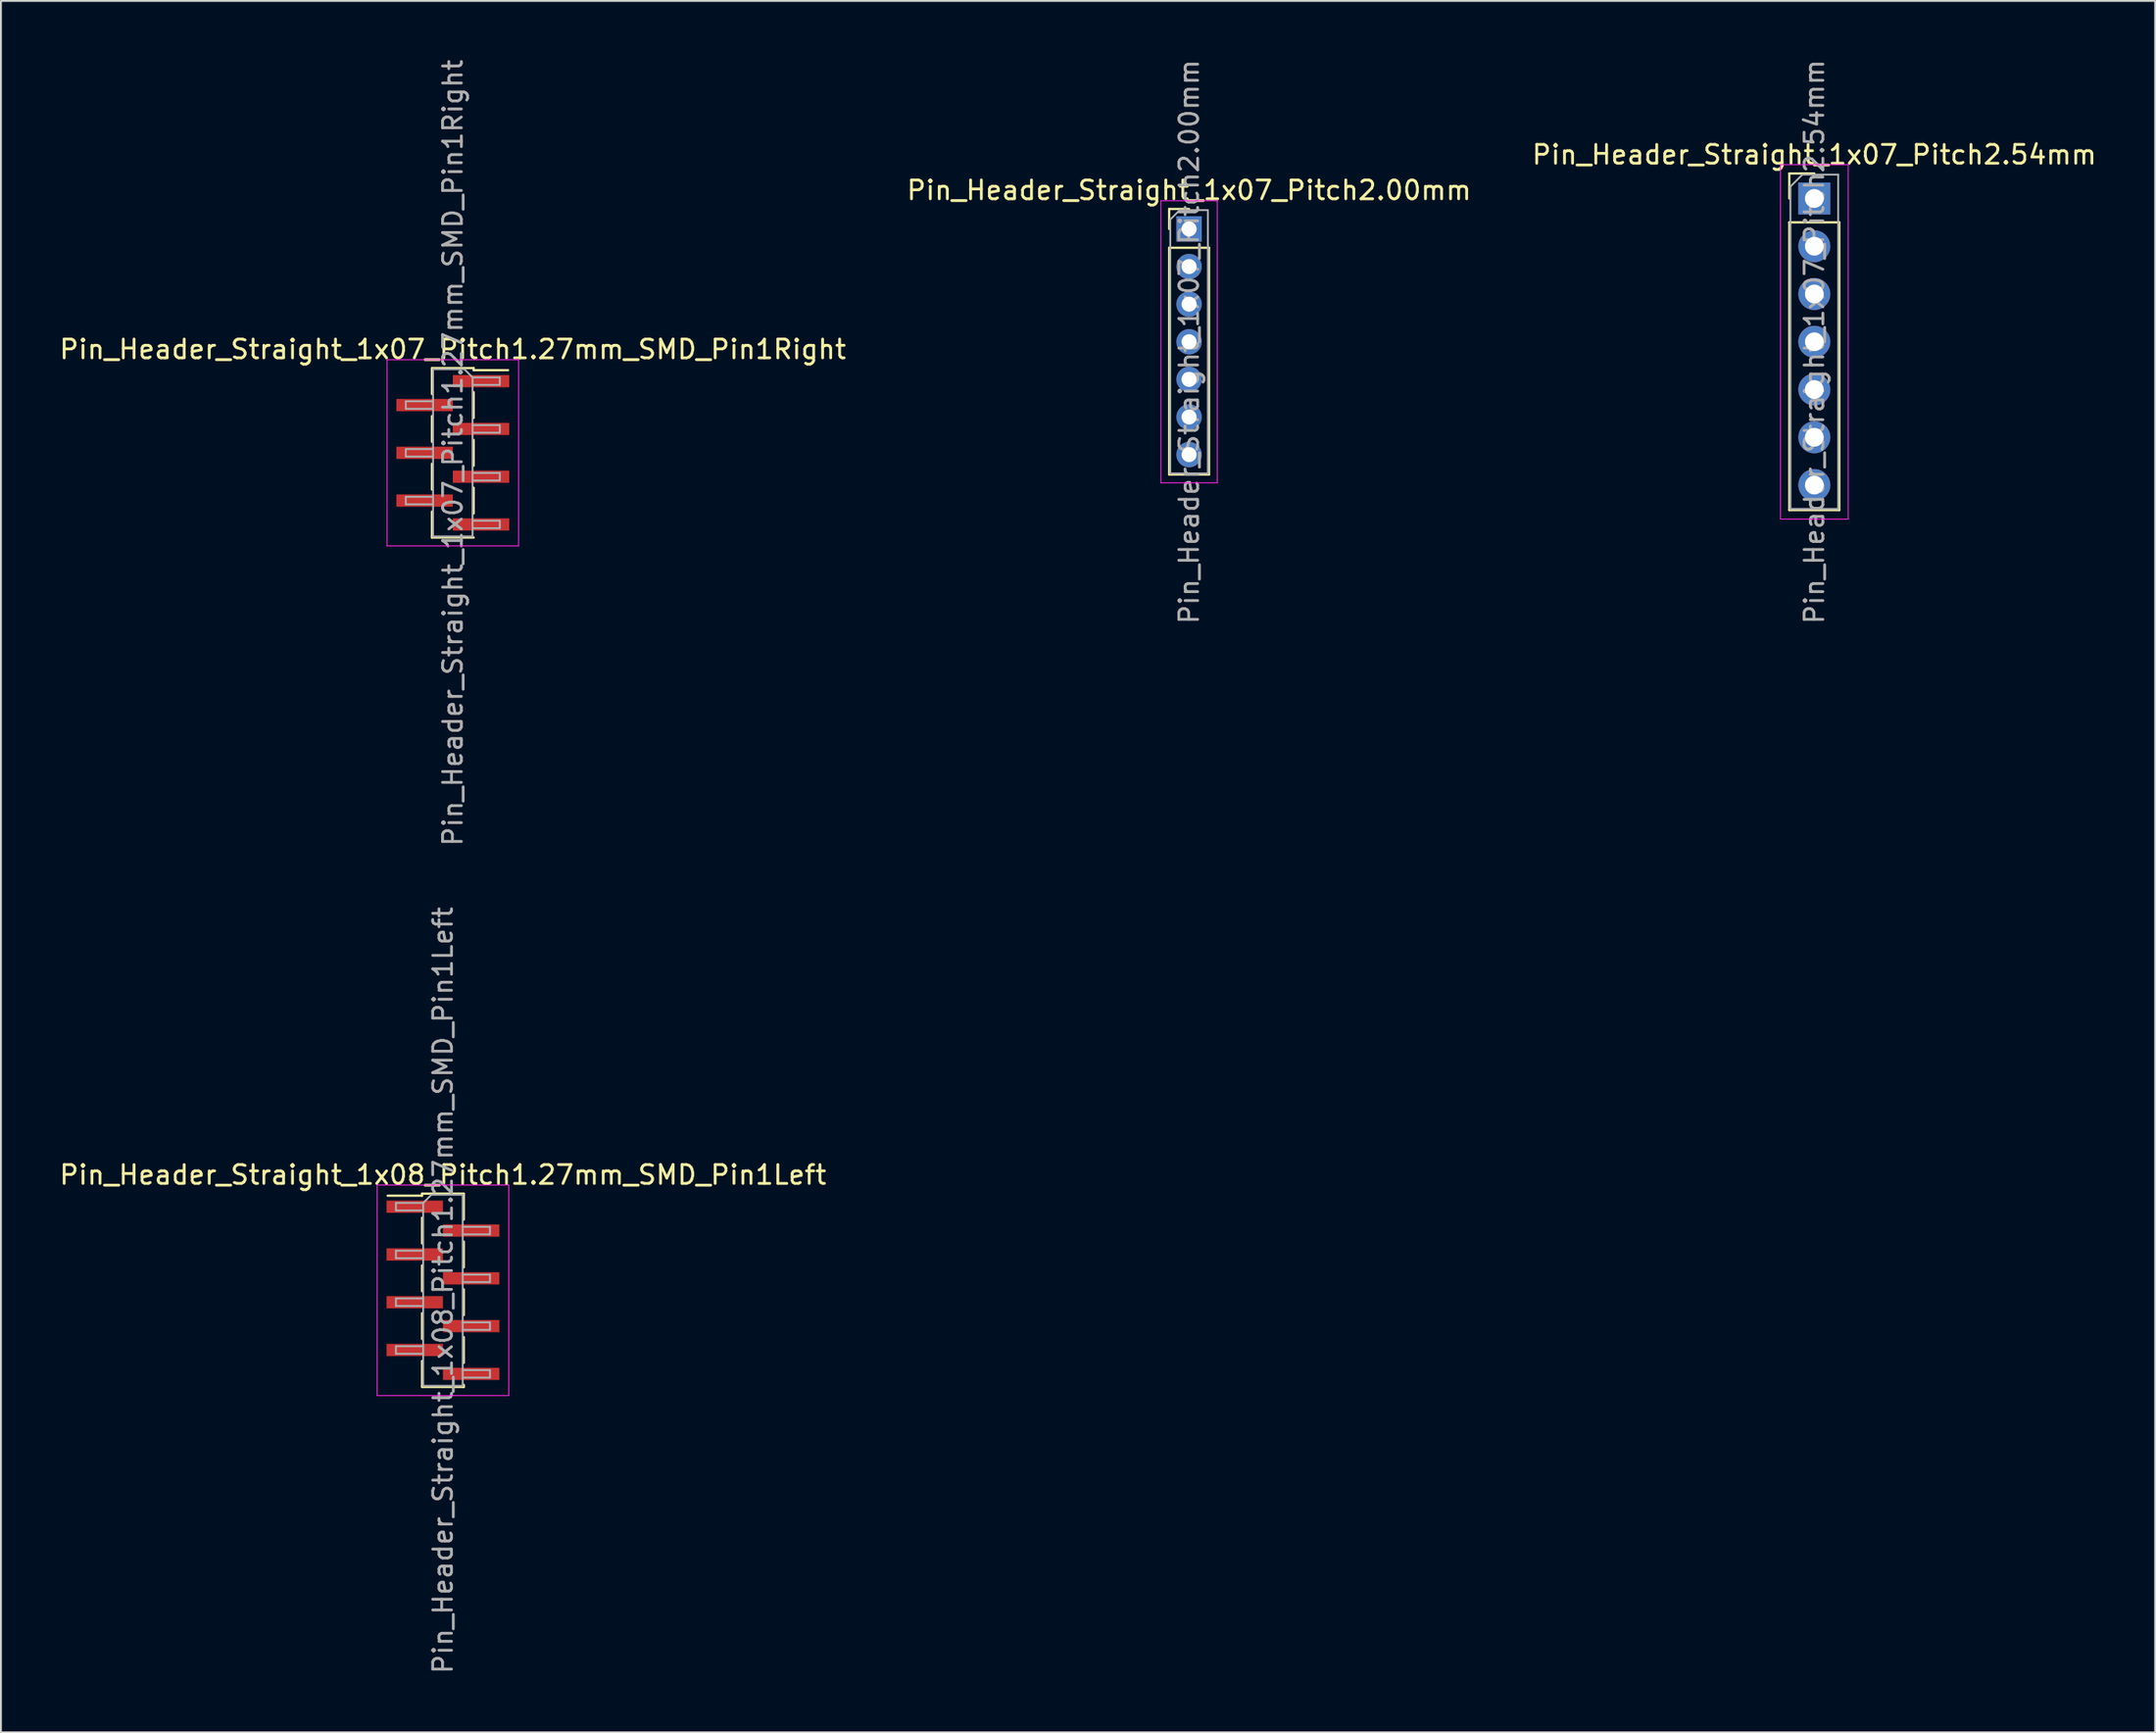
<source format=kicad_pcb>
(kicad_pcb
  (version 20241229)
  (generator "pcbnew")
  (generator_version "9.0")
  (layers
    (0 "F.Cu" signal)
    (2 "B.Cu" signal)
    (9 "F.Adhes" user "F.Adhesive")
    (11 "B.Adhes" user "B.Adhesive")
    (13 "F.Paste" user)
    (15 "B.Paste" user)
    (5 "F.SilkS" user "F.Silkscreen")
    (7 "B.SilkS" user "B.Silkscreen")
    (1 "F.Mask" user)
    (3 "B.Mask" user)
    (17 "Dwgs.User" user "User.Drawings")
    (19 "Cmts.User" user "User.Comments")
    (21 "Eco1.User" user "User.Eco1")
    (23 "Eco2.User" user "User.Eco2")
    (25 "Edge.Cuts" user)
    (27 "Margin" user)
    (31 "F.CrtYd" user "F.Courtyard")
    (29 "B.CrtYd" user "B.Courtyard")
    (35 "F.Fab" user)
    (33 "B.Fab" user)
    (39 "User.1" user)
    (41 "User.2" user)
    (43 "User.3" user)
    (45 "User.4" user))
  (footprint "Pin_Header_Straight_1x07_Pitch2.54mm"
    (layer "F.Cu")
    (at 93.435 7.505)
    (property "Reference" "Pin_Header_Straight_1x07_Pitch2.54mm" (at 0 -2.33 0) (layer "F.SilkS") (effects (font (size 1 1) (thickness 0.15))))
    (attr through_hole)
    (fp_line (start -1.33 -1.33) (end 0 -1.33) (stroke (width 0.12) (type solid)) (layer "F.SilkS"))
    (fp_line (start -1.33 0) (end -1.33 -1.33) (stroke (width 0.12) (type solid)) (layer "F.SilkS"))
    (fp_line (start -1.33 1.27) (end -1.33 16.57) (stroke (width 0.12) (type solid)) (layer "F.SilkS"))
    (fp_line (start -1.33 1.27) (end 1.33 1.27) (stroke (width 0.12) (type solid)) (layer "F.SilkS"))
    (fp_line (start -1.33 16.57) (end 1.33 16.57) (stroke (width 0.12) (type solid)) (layer "F.SilkS"))
    (fp_line (start 1.33 1.27) (end 1.33 16.57) (stroke (width 0.12) (type solid)) (layer "F.SilkS"))
    (fp_line (start -1.8 -1.8) (end -1.8 17.05) (stroke (width 0.05) (type solid)) (layer "F.CrtYd"))
    (fp_line (start -1.8 17.05) (end 1.8 17.05) (stroke (width 0.05) (type solid)) (layer "F.CrtYd"))
    (fp_line (start 1.8 -1.8) (end -1.8 -1.8) (stroke (width 0.05) (type solid)) (layer "F.CrtYd"))
    (fp_line (start 1.8 17.05) (end 1.8 -1.8) (stroke (width 0.05) (type solid)) (layer "F.CrtYd"))
    (fp_line (start -1.27 -0.635) (end -0.635 -1.27) (stroke (width 0.1) (type solid)) (layer "F.Fab"))
    (fp_line (start -1.27 16.51) (end -1.27 -0.635) (stroke (width 0.1) (type solid)) (layer "F.Fab"))
    (fp_line (start -0.635 -1.27) (end 1.27 -1.27) (stroke (width 0.1) (type solid)) (layer "F.Fab"))
    (fp_line (start 1.27 -1.27) (end 1.27 16.51) (stroke (width 0.1) (type solid)) (layer "F.Fab"))
    (fp_line (start 1.27 16.51) (end -1.27 16.51) (stroke (width 0.1) (type solid)) (layer "F.Fab"))
    (fp_text user "${REFERENCE}" (at 0 7.62 90) (layer "F.Fab") (effects (font (size 1 1) (thickness 0.15))))
    (pad "1" thru_hole rect (at 0 0) (size 1.7 1.7) (drill 1) (layers "*.Cu" "*.Mask"))
    (pad "2" thru_hole oval (at 0 2.54) (size 1.7 1.7) (drill 1) (layers "*.Cu" "*.Mask"))
    (pad "3" thru_hole oval (at 0 5.08) (size 1.7 1.7) (drill 1) (layers "*.Cu" "*.Mask"))
    (pad "4" thru_hole oval (at 0 7.62) (size 1.7 1.7) (drill 1) (layers "*.Cu" "*.Mask"))
    (pad "5" thru_hole oval (at 0 10.16) (size 1.7 1.7) (drill 1) (layers "*.Cu" "*.Mask"))
    (pad "6" thru_hole oval (at 0 12.7) (size 1.7 1.7) (drill 1) (layers "*.Cu" "*.Mask"))
    (pad "7" thru_hole oval (at 0 15.24) (size 1.7 1.7) (drill 1) (layers "*.Cu" "*.Mask")))
  (footprint "Pin_Header_Straight_1x07_Pitch1.27mm_SMD_Pin1Right"
    (layer "F.Cu")
    (at 21.03 21.03)
    (property "Reference" "Pin_Header_Straight_1x07_Pitch1.27mm_SMD_Pin1Right" (at 0 -5.505 0) (layer "F.SilkS") (effects (font (size 1 1) (thickness 0.15))))
    (attr smd)
    (fp_line (start -1.11 -4.505) (end 1.11 -4.505) (stroke (width 0.12) (type solid)) (layer "F.SilkS"))
    (fp_line (start -1.11 -4.495) (end -1.11 -3.125) (stroke (width 0.12) (type solid)) (layer "F.SilkS"))
    (fp_line (start -1.11 -1.955) (end -1.11 -0.585) (stroke (width 0.12) (type solid)) (layer "F.SilkS"))
    (fp_line (start -1.11 0.585) (end -1.11 1.955) (stroke (width 0.12) (type solid)) (layer "F.SilkS"))
    (fp_line (start -1.11 3.125) (end -1.11 4.495) (stroke (width 0.12) (type solid)) (layer "F.SilkS"))
    (fp_line (start -1.11 4.395) (end -1.11 4.505) (stroke (width 0.12) (type solid)) (layer "F.SilkS"))
    (fp_line (start -1.11 4.505) (end 1.11 4.505) (stroke (width 0.12) (type solid)) (layer "F.SilkS"))
    (fp_line (start 1.11 -4.505) (end 1.11 -4.395) (stroke (width 0.12) (type solid)) (layer "F.SilkS"))
    (fp_line (start 1.11 -4.395) (end 2.94 -4.395) (stroke (width 0.12) (type solid)) (layer "F.SilkS"))
    (fp_line (start 1.11 -3.225) (end 1.11 -1.855) (stroke (width 0.12) (type solid)) (layer "F.SilkS"))
    (fp_line (start 1.11 -0.685) (end 1.11 0.685) (stroke (width 0.12) (type solid)) (layer "F.SilkS"))
    (fp_line (start 1.11 1.855) (end 1.11 3.225) (stroke (width 0.12) (type solid)) (layer "F.SilkS"))
    (fp_line (start -3.5 -4.95) (end -3.5 4.95) (stroke (width 0.05) (type solid)) (layer "F.CrtYd"))
    (fp_line (start -3.5 4.95) (end 3.5 4.95) (stroke (width 0.05) (type solid)) (layer "F.CrtYd"))
    (fp_line (start 3.5 -4.95) (end -3.5 -4.95) (stroke (width 0.05) (type solid)) (layer "F.CrtYd"))
    (fp_line (start 3.5 4.95) (end 3.5 -4.95) (stroke (width 0.05) (type solid)) (layer "F.CrtYd"))
    (fp_line (start -2.5 -2.74) (end -2.5 -2.34) (stroke (width 0.1) (type solid)) (layer "F.Fab"))
    (fp_line (start -2.5 -2.34) (end -1.05 -2.34) (stroke (width 0.1) (type solid)) (layer "F.Fab"))
    (fp_line (start -2.5 -0.2) (end -2.5 0.2) (stroke (width 0.1) (type solid)) (layer "F.Fab"))
    (fp_line (start -2.5 0.2) (end -1.05 0.2) (stroke (width 0.1) (type solid)) (layer "F.Fab"))
    (fp_line (start -2.5 2.34) (end -2.5 2.74) (stroke (width 0.1) (type solid)) (layer "F.Fab"))
    (fp_line (start -2.5 2.74) (end -1.05 2.74) (stroke (width 0.1) (type solid)) (layer "F.Fab"))
    (fp_line (start -1.05 -4.445) (end -1.05 4.445) (stroke (width 0.1) (type solid)) (layer "F.Fab"))
    (fp_line (start -1.05 -4.445) (end 0.615 -4.445) (stroke (width 0.1) (type solid)) (layer "F.Fab"))
    (fp_line (start -1.05 -2.74) (end -2.5 -2.74) (stroke (width 0.1) (type solid)) (layer "F.Fab"))
    (fp_line (start -1.05 -0.2) (end -2.5 -0.2) (stroke (width 0.1) (type solid)) (layer "F.Fab"))
    (fp_line (start -1.05 2.34) (end -2.5 2.34) (stroke (width 0.1) (type solid)) (layer "F.Fab"))
    (fp_line (start 1.05 -4.01) (end 0.615 -4.445) (stroke (width 0.1) (type solid)) (layer "F.Fab"))
    (fp_line (start 1.05 -4.01) (end 2.5 -4.01) (stroke (width 0.1) (type solid)) (layer "F.Fab"))
    (fp_line (start 1.05 -1.47) (end 2.5 -1.47) (stroke (width 0.1) (type solid)) (layer "F.Fab"))
    (fp_line (start 1.05 1.07) (end 2.5 1.07) (stroke (width 0.1) (type solid)) (layer "F.Fab"))
    (fp_line (start 1.05 3.61) (end 2.5 3.61) (stroke (width 0.1) (type solid)) (layer "F.Fab"))
    (fp_line (start 1.05 4.445) (end -1.05 4.445) (stroke (width 0.1) (type solid)) (layer "F.Fab"))
    (fp_line (start 1.05 4.445) (end 1.05 -4.01) (stroke (width 0.1) (type solid)) (layer "F.Fab"))
    (fp_line (start 2.5 -4.01) (end 2.5 -3.61) (stroke (width 0.1) (type solid)) (layer "F.Fab"))
    (fp_line (start 2.5 -3.61) (end 1.05 -3.61) (stroke (width 0.1) (type solid)) (layer "F.Fab"))
    (fp_line (start 2.5 -1.47) (end 2.5 -1.07) (stroke (width 0.1) (type solid)) (layer "F.Fab"))
    (fp_line (start 2.5 -1.07) (end 1.05 -1.07) (stroke (width 0.1) (type solid)) (layer "F.Fab"))
    (fp_line (start 2.5 1.07) (end 2.5 1.47) (stroke (width 0.1) (type solid)) (layer "F.Fab"))
    (fp_line (start 2.5 1.47) (end 1.05 1.47) (stroke (width 0.1) (type solid)) (layer "F.Fab"))
    (fp_line (start 2.5 3.61) (end 2.5 4.01) (stroke (width 0.1) (type solid)) (layer "F.Fab"))
    (fp_line (start 2.5 4.01) (end 1.05 4.01) (stroke (width 0.1) (type solid)) (layer "F.Fab"))
    (fp_text user "${REFERENCE}" (at 0 0 90) (layer "F.Fab") (effects (font (size 1 1) (thickness 0.15))))
    (pad "1" smd rect (at 1.5 -3.81) (size 3 0.65) (layers "F.Cu" "F.Mask" "F.Paste"))
    (pad "2" smd rect (at -1.5 -2.54) (size 3 0.65) (layers "F.Cu" "F.Mask" "F.Paste"))
    (pad "3" smd rect (at 1.5 -1.27) (size 3 0.65) (layers "F.Cu" "F.Mask" "F.Paste"))
    (pad "4" smd rect (at -1.5 0) (size 3 0.65) (layers "F.Cu" "F.Mask" "F.Paste"))
    (pad "5" smd rect (at 1.5 1.27) (size 3 0.65) (layers "F.Cu" "F.Mask" "F.Paste"))
    (pad "6" smd rect (at -1.5 2.54) (size 3 0.65) (layers "F.Cu" "F.Mask" "F.Paste"))
    (pad "7" smd rect (at 1.5 3.81) (size 3 0.65) (layers "F.Cu" "F.Mask" "F.Paste")))
  (footprint "Pin_Header_Straight_1x08_Pitch1.27mm_SMD_Pin1Left"
    (layer "F.Cu")
    (at 20.506 65.565)
    (property "Reference" "Pin_Header_Straight_1x08_Pitch1.27mm_SMD_Pin1Left" (at 0 -6.14 0) (layer "F.SilkS") (effects (font (size 1 1) (thickness 0.15))))
    (attr smd)
    (fp_line (start -1.11 -5.14) (end -1.11 -5.03) (stroke (width 0.12) (type solid)) (layer "F.SilkS"))
    (fp_line (start -1.11 -5.14) (end 1.11 -5.14) (stroke (width 0.12) (type solid)) (layer "F.SilkS"))
    (fp_line (start -1.11 -5.03) (end -2.94 -5.03) (stroke (width 0.12) (type solid)) (layer "F.SilkS"))
    (fp_line (start -1.11 -3.86) (end -1.11 -2.49) (stroke (width 0.12) (type solid)) (layer "F.SilkS"))
    (fp_line (start -1.11 -1.32) (end -1.11 0.05) (stroke (width 0.12) (type solid)) (layer "F.SilkS"))
    (fp_line (start -1.11 1.22) (end -1.11 2.59) (stroke (width 0.12) (type solid)) (layer "F.SilkS"))
    (fp_line (start -1.11 3.76) (end -1.11 5.13) (stroke (width 0.12) (type solid)) (layer "F.SilkS"))
    (fp_line (start -1.11 5.14) (end 1.11 5.14) (stroke (width 0.12) (type solid)) (layer "F.SilkS"))
    (fp_line (start 1.11 -5.13) (end 1.11 -3.76) (stroke (width 0.12) (type solid)) (layer "F.SilkS"))
    (fp_line (start 1.11 -2.59) (end 1.11 -1.22) (stroke (width 0.12) (type solid)) (layer "F.SilkS"))
    (fp_line (start 1.11 -0.05) (end 1.11 1.32) (stroke (width 0.12) (type solid)) (layer "F.SilkS"))
    (fp_line (start 1.11 2.49) (end 1.11 3.86) (stroke (width 0.12) (type solid)) (layer "F.SilkS"))
    (fp_line (start 1.11 5.03) (end 1.11 5.14) (stroke (width 0.12) (type solid)) (layer "F.SilkS"))
    (fp_line (start -3.5 -5.6) (end -3.5 5.6) (stroke (width 0.05) (type solid)) (layer "F.CrtYd"))
    (fp_line (start -3.5 5.6) (end 3.5 5.6) (stroke (width 0.05) (type solid)) (layer "F.CrtYd"))
    (fp_line (start 3.5 -5.6) (end -3.5 -5.6) (stroke (width 0.05) (type solid)) (layer "F.CrtYd"))
    (fp_line (start 3.5 5.6) (end 3.5 -5.6) (stroke (width 0.05) (type solid)) (layer "F.CrtYd"))
    (fp_line (start -2.5 -4.645) (end -2.5 -4.245) (stroke (width 0.1) (type solid)) (layer "F.Fab"))
    (fp_line (start -2.5 -4.245) (end -1.05 -4.245) (stroke (width 0.1) (type solid)) (layer "F.Fab"))
    (fp_line (start -2.5 -2.105) (end -2.5 -1.705) (stroke (width 0.1) (type solid)) (layer "F.Fab"))
    (fp_line (start -2.5 -1.705) (end -1.05 -1.705) (stroke (width 0.1) (type solid)) (layer "F.Fab"))
    (fp_line (start -2.5 0.435) (end -2.5 0.835) (stroke (width 0.1) (type solid)) (layer "F.Fab"))
    (fp_line (start -2.5 0.835) (end -1.05 0.835) (stroke (width 0.1) (type solid)) (layer "F.Fab"))
    (fp_line (start -2.5 2.975) (end -2.5 3.375) (stroke (width 0.1) (type solid)) (layer "F.Fab"))
    (fp_line (start -2.5 3.375) (end -1.05 3.375) (stroke (width 0.1) (type solid)) (layer "F.Fab"))
    (fp_line (start -1.05 -4.645) (end -2.5 -4.645) (stroke (width 0.1) (type solid)) (layer "F.Fab"))
    (fp_line (start -1.05 -4.645) (end -0.615 -5.08) (stroke (width 0.1) (type solid)) (layer "F.Fab"))
    (fp_line (start -1.05 -2.105) (end -2.5 -2.105) (stroke (width 0.1) (type solid)) (layer "F.Fab"))
    (fp_line (start -1.05 0.435) (end -2.5 0.435) (stroke (width 0.1) (type solid)) (layer "F.Fab"))
    (fp_line (start -1.05 2.975) (end -2.5 2.975) (stroke (width 0.1) (type solid)) (layer "F.Fab"))
    (fp_line (start -1.05 5.08) (end -1.05 -4.645) (stroke (width 0.1) (type solid)) (layer "F.Fab"))
    (fp_line (start -0.615 -5.08) (end 1.05 -5.08) (stroke (width 0.1) (type solid)) (layer "F.Fab"))
    (fp_line (start 1.05 -5.08) (end 1.05 5.08) (stroke (width 0.1) (type solid)) (layer "F.Fab"))
    (fp_line (start 1.05 -3.375) (end 2.5 -3.375) (stroke (width 0.1) (type solid)) (layer "F.Fab"))
    (fp_line (start 1.05 -0.835) (end 2.5 -0.835) (stroke (width 0.1) (type solid)) (layer "F.Fab"))
    (fp_line (start 1.05 1.705) (end 2.5 1.705) (stroke (width 0.1) (type solid)) (layer "F.Fab"))
    (fp_line (start 1.05 4.245) (end 2.5 4.245) (stroke (width 0.1) (type solid)) (layer "F.Fab"))
    (fp_line (start 1.05 5.08) (end -1.05 5.08) (stroke (width 0.1) (type solid)) (layer "F.Fab"))
    (fp_line (start 2.5 -3.375) (end 2.5 -2.975) (stroke (width 0.1) (type solid)) (layer "F.Fab"))
    (fp_line (start 2.5 -2.975) (end 1.05 -2.975) (stroke (width 0.1) (type solid)) (layer "F.Fab"))
    (fp_line (start 2.5 -0.835) (end 2.5 -0.435) (stroke (width 0.1) (type solid)) (layer "F.Fab"))
    (fp_line (start 2.5 -0.435) (end 1.05 -0.435) (stroke (width 0.1) (type solid)) (layer "F.Fab"))
    (fp_line (start 2.5 1.705) (end 2.5 2.105) (stroke (width 0.1) (type solid)) (layer "F.Fab"))
    (fp_line (start 2.5 2.105) (end 1.05 2.105) (stroke (width 0.1) (type solid)) (layer "F.Fab"))
    (fp_line (start 2.5 4.245) (end 2.5 4.645) (stroke (width 0.1) (type solid)) (layer "F.Fab"))
    (fp_line (start 2.5 4.645) (end 1.05 4.645) (stroke (width 0.1) (type solid)) (layer "F.Fab"))
    (fp_text user "${REFERENCE}" (at 0 0 90) (layer "F.Fab") (effects (font (size 1 1) (thickness 0.15))))
    (pad "1" smd rect (at -1.5 -4.445) (size 3 0.65) (layers "F.Cu" "F.Mask" "F.Paste"))
    (pad "2" smd rect (at 1.5 -3.175) (size 3 0.65) (layers "F.Cu" "F.Mask" "F.Paste"))
    (pad "3" smd rect (at -1.5 -1.905) (size 3 0.65) (layers "F.Cu" "F.Mask" "F.Paste"))
    (pad "4" smd rect (at 1.5 -0.635) (size 3 0.65) (layers "F.Cu" "F.Mask" "F.Paste"))
    (pad "5" smd rect (at -1.5 0.635) (size 3 0.65) (layers "F.Cu" "F.Mask" "F.Paste"))
    (pad "6" smd rect (at 1.5 1.905) (size 3 0.65) (layers "F.Cu" "F.Mask" "F.Paste"))
    (pad "7" smd rect (at -1.5 3.175) (size 3 0.65) (layers "F.Cu" "F.Mask" "F.Paste"))
    (pad "8" smd rect (at 1.5 4.445) (size 3 0.65) (layers "F.Cu" "F.Mask" "F.Paste")))
  (footprint "Pin_Header_Straight_1x07_Pitch2.00mm"
    (layer "F.Cu")
    (at 60.185 9.125)
    (property "Reference" "Pin_Header_Straight_1x07_Pitch2.00mm" (at 0 -2.06 0) (layer "F.SilkS") (effects (font (size 1 1) (thickness 0.15))))
    (attr through_hole)
    (fp_line (start -1.06 -1.06) (end 0 -1.06) (stroke (width 0.12) (type solid)) (layer "F.SilkS"))
    (fp_line (start -1.06 0) (end -1.06 -1.06) (stroke (width 0.12) (type solid)) (layer "F.SilkS"))
    (fp_line (start -1.06 1) (end -1.06 13.06) (stroke (width 0.12) (type solid)) (layer "F.SilkS"))
    (fp_line (start -1.06 1) (end 1.06 1) (stroke (width 0.12) (type solid)) (layer "F.SilkS"))
    (fp_line (start -1.06 13.06) (end 1.06 13.06) (stroke (width 0.12) (type solid)) (layer "F.SilkS"))
    (fp_line (start 1.06 1) (end 1.06 13.06) (stroke (width 0.12) (type solid)) (layer "F.SilkS"))
    (fp_line (start -1.5 -1.5) (end -1.5 13.5) (stroke (width 0.05) (type solid)) (layer "F.CrtYd"))
    (fp_line (start -1.5 13.5) (end 1.5 13.5) (stroke (width 0.05) (type solid)) (layer "F.CrtYd"))
    (fp_line (start 1.5 -1.5) (end -1.5 -1.5) (stroke (width 0.05) (type solid)) (layer "F.CrtYd"))
    (fp_line (start 1.5 13.5) (end 1.5 -1.5) (stroke (width 0.05) (type solid)) (layer "F.CrtYd"))
    (fp_line (start -1 -0.5) (end -0.5 -1) (stroke (width 0.1) (type solid)) (layer "F.Fab"))
    (fp_line (start -1 13) (end -1 -0.5) (stroke (width 0.1) (type solid)) (layer "F.Fab"))
    (fp_line (start -0.5 -1) (end 1 -1) (stroke (width 0.1) (type solid)) (layer "F.Fab"))
    (fp_line (start 1 -1) (end 1 13) (stroke (width 0.1) (type solid)) (layer "F.Fab"))
    (fp_line (start 1 13) (end -1 13) (stroke (width 0.1) (type solid)) (layer "F.Fab"))
    (fp_text user "${REFERENCE}" (at 0 6 90) (layer "F.Fab") (effects (font (size 1 1) (thickness 0.15))))
    (pad "1" thru_hole rect (at 0 0) (size 1.35 1.35) (drill 0.8) (layers "*.Cu" "*.Mask"))
    (pad "2" thru_hole oval (at 0 2) (size 1.35 1.35) (drill 0.8) (layers "*.Cu" "*.Mask"))
    (pad "3" thru_hole oval (at 0 4) (size 1.35 1.35) (drill 0.8) (layers "*.Cu" "*.Mask"))
    (pad "4" thru_hole oval (at 0 6) (size 1.35 1.35) (drill 0.8) (layers "*.Cu" "*.Mask"))
    (pad "5" thru_hole oval (at 0 8) (size 1.35 1.35) (drill 0.8) (layers "*.Cu" "*.Mask"))
    (pad "6" thru_hole oval (at 0 10) (size 1.35 1.35) (drill 0.8) (layers "*.Cu" "*.Mask"))
    (pad "7" thru_hole oval (at 0 12) (size 1.35 1.35) (drill 0.8) (layers "*.Cu" "*.Mask")))
  (gr_rect
    (start -3 -3)
    (end 111.56 89.071)
    (stroke (width 0.1) (type default))
    (fill no)
    (layer "Edge.Cuts")))
</source>
